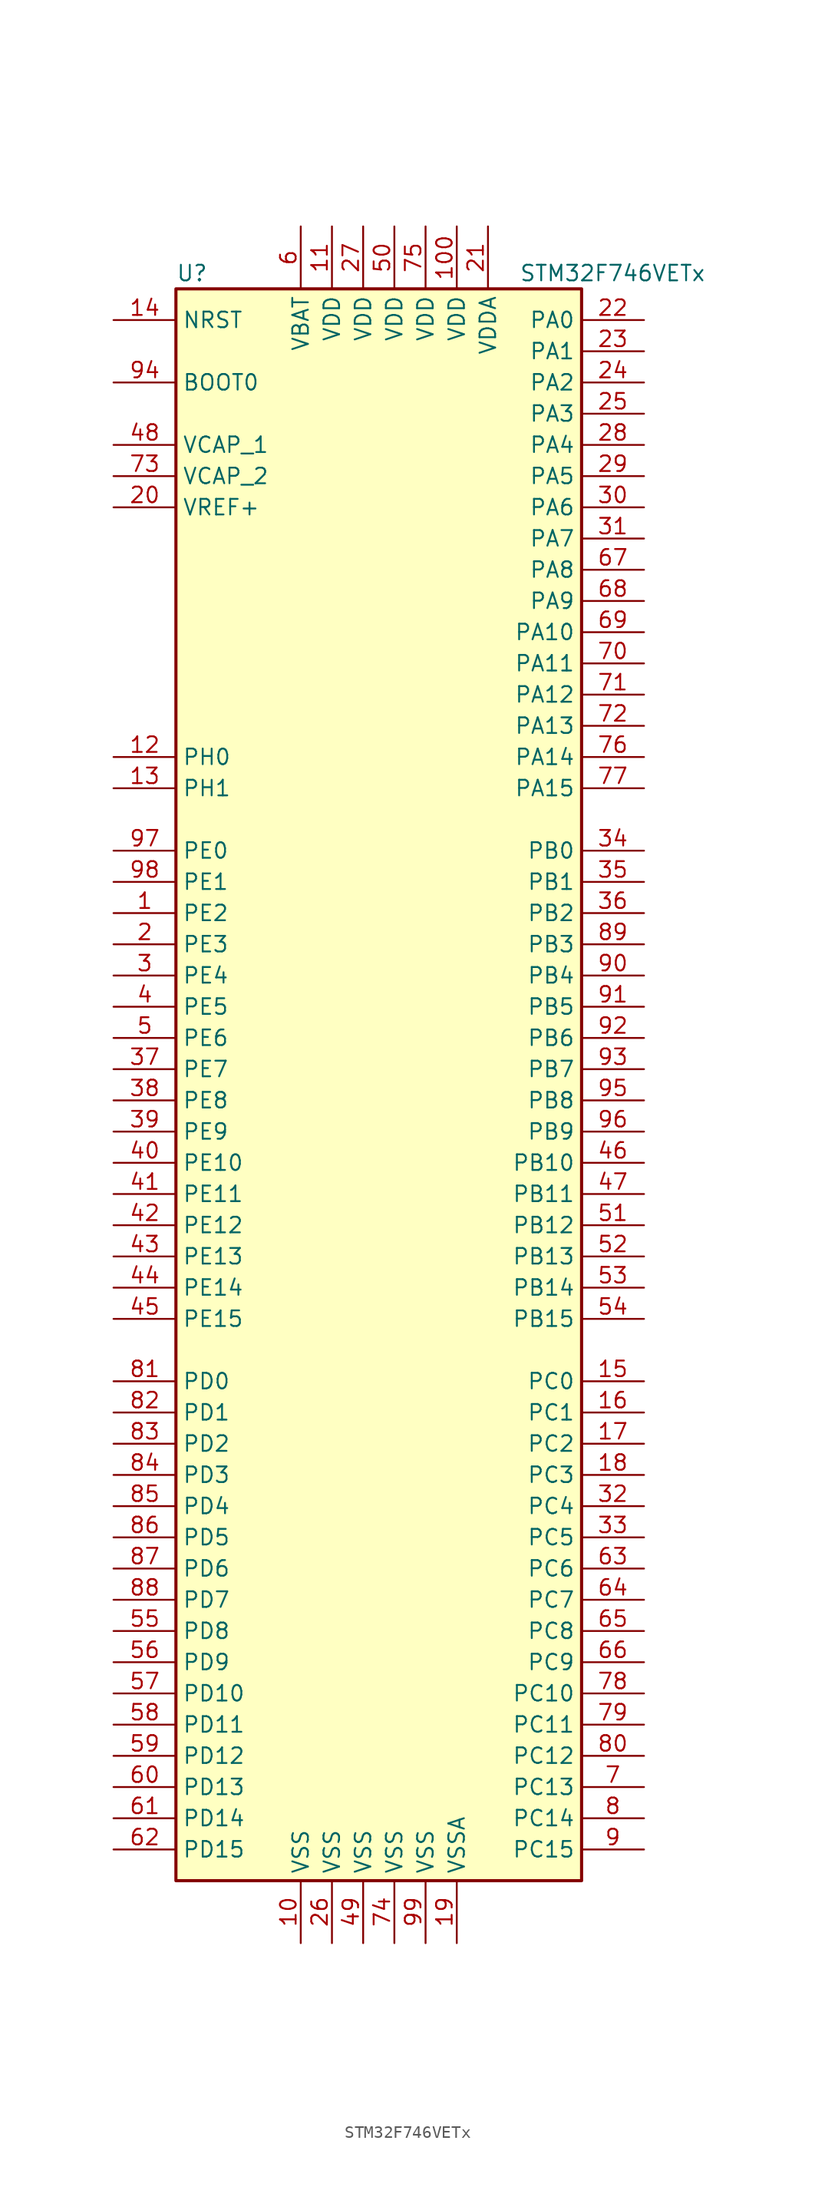
<source format=kicad_sym>
(kicad_symbol_lib
  (version 20201005)
  (generator kicad_symbol_editor)
  (symbol "STM32F746VETx"
    (property "Reference" "U"
      (at -17.78 64.77 0)
      (effects (font (size 1.27 1.27)) (justify left)))
    (property "Value" "STM32F746VETx"
      (at 10.16 64.77 0)
      (effects (font (size 1.27 1.27)) (justify left)))
    (symbol "STM32F746VETx_0_1"
      (rectangle (start -17.78 -66.04) (end 15.24 63.5) (stroke (width 0.254)) (fill (type background))))
    (symbol "STM32F746VETx_1_1"
      (pin bidirectional line (at -22.86 12.7 0) (length 5.08) (name "PE2" (effects (font (size 1.27 1.27)))) (number "1" (effects (font (size 1.27 1.27)))))
      (pin power_in line (at -7.62 -71.12 90) (length 5.08) (name "VSS" (effects (font (size 1.27 1.27)))) (number "10" (effects (font (size 1.27 1.27)))))
      (pin power_in line (at 5.08 68.58 270) (length 5.08) (name "VDD" (effects (font (size 1.27 1.27)))) (number "100" (effects (font (size 1.27 1.27)))))
      (pin power_in line (at -5.08 68.58 270) (length 5.08) (name "VDD" (effects (font (size 1.27 1.27)))) (number "11" (effects (font (size 1.27 1.27)))))
      (pin input line (at -22.86 25.4 0) (length 5.08) (name "PH0" (effects (font (size 1.27 1.27)))) (number "12" (effects (font (size 1.27 1.27)))))
      (pin input line (at -22.86 22.86 0) (length 5.08) (name "PH1" (effects (font (size 1.27 1.27)))) (number "13" (effects (font (size 1.27 1.27)))))
      (pin input line (at -22.86 60.96 0) (length 5.08) (name "NRST" (effects (font (size 1.27 1.27)))) (number "14" (effects (font (size 1.27 1.27)))))
      (pin bidirectional line (at 20.32 -25.4 180) (length 5.08) (name "PC0" (effects (font (size 1.27 1.27)))) (number "15" (effects (font (size 1.27 1.27)))))
      (pin bidirectional line (at 20.32 -27.94 180) (length 5.08) (name "PC1" (effects (font (size 1.27 1.27)))) (number "16" (effects (font (size 1.27 1.27)))))
      (pin bidirectional line (at 20.32 -30.48 180) (length 5.08) (name "PC2" (effects (font (size 1.27 1.27)))) (number "17" (effects (font (size 1.27 1.27)))))
      (pin bidirectional line (at 20.32 -33.02 180) (length 5.08) (name "PC3" (effects (font (size 1.27 1.27)))) (number "18" (effects (font (size 1.27 1.27)))))
      (pin power_in line (at 5.08 -71.12 90) (length 5.08) (name "VSSA" (effects (font (size 1.27 1.27)))) (number "19" (effects (font (size 1.27 1.27)))))
      (pin bidirectional line (at -22.86 10.16 0) (length 5.08) (name "PE3" (effects (font (size 1.27 1.27)))) (number "2" (effects (font (size 1.27 1.27)))))
      (pin power_in line (at -22.86 45.72 0) (length 5.08) (name "VREF+" (effects (font (size 1.27 1.27)))) (number "20" (effects (font (size 1.27 1.27)))))
      (pin power_in line (at 7.62 68.58 270) (length 5.08) (name "VDDA" (effects (font (size 1.27 1.27)))) (number "21" (effects (font (size 1.27 1.27)))))
      (pin bidirectional line (at 20.32 60.96 180) (length 5.08) (name "PA0" (effects (font (size 1.27 1.27)))) (number "22" (effects (font (size 1.27 1.27)))))
      (pin bidirectional line (at 20.32 58.42 180) (length 5.08) (name "PA1" (effects (font (size 1.27 1.27)))) (number "23" (effects (font (size 1.27 1.27)))))
      (pin bidirectional line (at 20.32 55.88 180) (length 5.08) (name "PA2" (effects (font (size 1.27 1.27)))) (number "24" (effects (font (size 1.27 1.27)))))
      (pin bidirectional line (at 20.32 53.34 180) (length 5.08) (name "PA3" (effects (font (size 1.27 1.27)))) (number "25" (effects (font (size 1.27 1.27)))))
      (pin power_in line (at -5.08 -71.12 90) (length 5.08) (name "VSS" (effects (font (size 1.27 1.27)))) (number "26" (effects (font (size 1.27 1.27)))))
      (pin power_in line (at -2.54 68.58 270) (length 5.08) (name "VDD" (effects (font (size 1.27 1.27)))) (number "27" (effects (font (size 1.27 1.27)))))
      (pin bidirectional line (at 20.32 50.8 180) (length 5.08) (name "PA4" (effects (font (size 1.27 1.27)))) (number "28" (effects (font (size 1.27 1.27)))))
      (pin bidirectional line (at 20.32 48.26 180) (length 5.08) (name "PA5" (effects (font (size 1.27 1.27)))) (number "29" (effects (font (size 1.27 1.27)))))
      (pin bidirectional line (at -22.86 7.62 0) (length 5.08) (name "PE4" (effects (font (size 1.27 1.27)))) (number "3" (effects (font (size 1.27 1.27)))))
      (pin bidirectional line (at 20.32 45.72 180) (length 5.08) (name "PA6" (effects (font (size 1.27 1.27)))) (number "30" (effects (font (size 1.27 1.27)))))
      (pin bidirectional line (at 20.32 43.18 180) (length 5.08) (name "PA7" (effects (font (size 1.27 1.27)))) (number "31" (effects (font (size 1.27 1.27)))))
      (pin bidirectional line (at 20.32 -35.56 180) (length 5.08) (name "PC4" (effects (font (size 1.27 1.27)))) (number "32" (effects (font (size 1.27 1.27)))))
      (pin bidirectional line (at 20.32 -38.1 180) (length 5.08) (name "PC5" (effects (font (size 1.27 1.27)))) (number "33" (effects (font (size 1.27 1.27)))))
      (pin bidirectional line (at 20.32 17.78 180) (length 5.08) (name "PB0" (effects (font (size 1.27 1.27)))) (number "34" (effects (font (size 1.27 1.27)))))
      (pin bidirectional line (at 20.32 15.24 180) (length 5.08) (name "PB1" (effects (font (size 1.27 1.27)))) (number "35" (effects (font (size 1.27 1.27)))))
      (pin bidirectional line (at 20.32 12.7 180) (length 5.08) (name "PB2" (effects (font (size 1.27 1.27)))) (number "36" (effects (font (size 1.27 1.27)))))
      (pin bidirectional line (at -22.86 0 0) (length 5.08) (name "PE7" (effects (font (size 1.27 1.27)))) (number "37" (effects (font (size 1.27 1.27)))))
      (pin bidirectional line (at -22.86 -2.54 0) (length 5.08) (name "PE8" (effects (font (size 1.27 1.27)))) (number "38" (effects (font (size 1.27 1.27)))))
      (pin bidirectional line (at -22.86 -5.08 0) (length 5.08) (name "PE9" (effects (font (size 1.27 1.27)))) (number "39" (effects (font (size 1.27 1.27)))))
      (pin bidirectional line (at -22.86 5.08 0) (length 5.08) (name "PE5" (effects (font (size 1.27 1.27)))) (number "4" (effects (font (size 1.27 1.27)))))
      (pin bidirectional line (at -22.86 -7.62 0) (length 5.08) (name "PE10" (effects (font (size 1.27 1.27)))) (number "40" (effects (font (size 1.27 1.27)))))
      (pin bidirectional line (at -22.86 -10.16 0) (length 5.08) (name "PE11" (effects (font (size 1.27 1.27)))) (number "41" (effects (font (size 1.27 1.27)))))
      (pin bidirectional line (at -22.86 -12.7 0) (length 5.08) (name "PE12" (effects (font (size 1.27 1.27)))) (number "42" (effects (font (size 1.27 1.27)))))
      (pin bidirectional line (at -22.86 -15.24 0) (length 5.08) (name "PE13" (effects (font (size 1.27 1.27)))) (number "43" (effects (font (size 1.27 1.27)))))
      (pin bidirectional line (at -22.86 -17.78 0) (length 5.08) (name "PE14" (effects (font (size 1.27 1.27)))) (number "44" (effects (font (size 1.27 1.27)))))
      (pin bidirectional line (at -22.86 -20.32 0) (length 5.08) (name "PE15" (effects (font (size 1.27 1.27)))) (number "45" (effects (font (size 1.27 1.27)))))
      (pin bidirectional line (at 20.32 -7.62 180) (length 5.08) (name "PB10" (effects (font (size 1.27 1.27)))) (number "46" (effects (font (size 1.27 1.27)))))
      (pin bidirectional line (at 20.32 -10.16 180) (length 5.08) (name "PB11" (effects (font (size 1.27 1.27)))) (number "47" (effects (font (size 1.27 1.27)))))
      (pin power_in line (at -22.86 50.8 0) (length 5.08) (name "VCAP_1" (effects (font (size 1.27 1.27)))) (number "48" (effects (font (size 1.27 1.27)))))
      (pin power_in line (at -2.54 -71.12 90) (length 5.08) (name "VSS" (effects (font (size 1.27 1.27)))) (number "49" (effects (font (size 1.27 1.27)))))
      (pin bidirectional line (at -22.86 2.54 0) (length 5.08) (name "PE6" (effects (font (size 1.27 1.27)))) (number "5" (effects (font (size 1.27 1.27)))))
      (pin power_in line (at 0 68.58 270) (length 5.08) (name "VDD" (effects (font (size 1.27 1.27)))) (number "50" (effects (font (size 1.27 1.27)))))
      (pin bidirectional line (at 20.32 -12.7 180) (length 5.08) (name "PB12" (effects (font (size 1.27 1.27)))) (number "51" (effects (font (size 1.27 1.27)))))
      (pin bidirectional line (at 20.32 -15.24 180) (length 5.08) (name "PB13" (effects (font (size 1.27 1.27)))) (number "52" (effects (font (size 1.27 1.27)))))
      (pin bidirectional line (at 20.32 -17.78 180) (length 5.08) (name "PB14" (effects (font (size 1.27 1.27)))) (number "53" (effects (font (size 1.27 1.27)))))
      (pin bidirectional line (at 20.32 -20.32 180) (length 5.08) (name "PB15" (effects (font (size 1.27 1.27)))) (number "54" (effects (font (size 1.27 1.27)))))
      (pin bidirectional line (at -22.86 -45.72 0) (length 5.08) (name "PD8" (effects (font (size 1.27 1.27)))) (number "55" (effects (font (size 1.27 1.27)))))
      (pin bidirectional line (at -22.86 -48.26 0) (length 5.08) (name "PD9" (effects (font (size 1.27 1.27)))) (number "56" (effects (font (size 1.27 1.27)))))
      (pin bidirectional line (at -22.86 -50.8 0) (length 5.08) (name "PD10" (effects (font (size 1.27 1.27)))) (number "57" (effects (font (size 1.27 1.27)))))
      (pin bidirectional line (at -22.86 -53.34 0) (length 5.08) (name "PD11" (effects (font (size 1.27 1.27)))) (number "58" (effects (font (size 1.27 1.27)))))
      (pin bidirectional line (at -22.86 -55.88 0) (length 5.08) (name "PD12" (effects (font (size 1.27 1.27)))) (number "59" (effects (font (size 1.27 1.27)))))
      (pin power_in line (at -7.62 68.58 270) (length 5.08) (name "VBAT" (effects (font (size 1.27 1.27)))) (number "6" (effects (font (size 1.27 1.27)))))
      (pin bidirectional line (at -22.86 -58.42 0) (length 5.08) (name "PD13" (effects (font (size 1.27 1.27)))) (number "60" (effects (font (size 1.27 1.27)))))
      (pin bidirectional line (at -22.86 -60.96 0) (length 5.08) (name "PD14" (effects (font (size 1.27 1.27)))) (number "61" (effects (font (size 1.27 1.27)))))
      (pin bidirectional line (at -22.86 -63.5 0) (length 5.08) (name "PD15" (effects (font (size 1.27 1.27)))) (number "62" (effects (font (size 1.27 1.27)))))
      (pin bidirectional line (at 20.32 -40.64 180) (length 5.08) (name "PC6" (effects (font (size 1.27 1.27)))) (number "63" (effects (font (size 1.27 1.27)))))
      (pin bidirectional line (at 20.32 -43.18 180) (length 5.08) (name "PC7" (effects (font (size 1.27 1.27)))) (number "64" (effects (font (size 1.27 1.27)))))
      (pin bidirectional line (at 20.32 -45.72 180) (length 5.08) (name "PC8" (effects (font (size 1.27 1.27)))) (number "65" (effects (font (size 1.27 1.27)))))
      (pin bidirectional line (at 20.32 -48.26 180) (length 5.08) (name "PC9" (effects (font (size 1.27 1.27)))) (number "66" (effects (font (size 1.27 1.27)))))
      (pin bidirectional line (at 20.32 40.64 180) (length 5.08) (name "PA8" (effects (font (size 1.27 1.27)))) (number "67" (effects (font (size 1.27 1.27)))))
      (pin bidirectional line (at 20.32 38.1 180) (length 5.08) (name "PA9" (effects (font (size 1.27 1.27)))) (number "68" (effects (font (size 1.27 1.27)))))
      (pin bidirectional line (at 20.32 35.56 180) (length 5.08) (name "PA10" (effects (font (size 1.27 1.27)))) (number "69" (effects (font (size 1.27 1.27)))))
      (pin bidirectional line (at 20.32 -58.42 180) (length 5.08) (name "PC13" (effects (font (size 1.27 1.27)))) (number "7" (effects (font (size 1.27 1.27)))))
      (pin bidirectional line (at 20.32 33.02 180) (length 5.08) (name "PA11" (effects (font (size 1.27 1.27)))) (number "70" (effects (font (size 1.27 1.27)))))
      (pin bidirectional line (at 20.32 30.48 180) (length 5.08) (name "PA12" (effects (font (size 1.27 1.27)))) (number "71" (effects (font (size 1.27 1.27)))))
      (pin bidirectional line (at 20.32 27.94 180) (length 5.08) (name "PA13" (effects (font (size 1.27 1.27)))) (number "72" (effects (font (size 1.27 1.27)))))
      (pin power_in line (at -22.86 48.26 0) (length 5.08) (name "VCAP_2" (effects (font (size 1.27 1.27)))) (number "73" (effects (font (size 1.27 1.27)))))
      (pin power_in line (at 0 -71.12 90) (length 5.08) (name "VSS" (effects (font (size 1.27 1.27)))) (number "74" (effects (font (size 1.27 1.27)))))
      (pin power_in line (at 2.54 68.58 270) (length 5.08) (name "VDD" (effects (font (size 1.27 1.27)))) (number "75" (effects (font (size 1.27 1.27)))))
      (pin bidirectional line (at 20.32 25.4 180) (length 5.08) (name "PA14" (effects (font (size 1.27 1.27)))) (number "76" (effects (font (size 1.27 1.27)))))
      (pin bidirectional line (at 20.32 22.86 180) (length 5.08) (name "PA15" (effects (font (size 1.27 1.27)))) (number "77" (effects (font (size 1.27 1.27)))))
      (pin bidirectional line (at 20.32 -50.8 180) (length 5.08) (name "PC10" (effects (font (size 1.27 1.27)))) (number "78" (effects (font (size 1.27 1.27)))))
      (pin bidirectional line (at 20.32 -53.34 180) (length 5.08) (name "PC11" (effects (font (size 1.27 1.27)))) (number "79" (effects (font (size 1.27 1.27)))))
      (pin bidirectional line (at 20.32 -60.96 180) (length 5.08) (name "PC14" (effects (font (size 1.27 1.27)))) (number "8" (effects (font (size 1.27 1.27)))))
      (pin bidirectional line (at 20.32 -55.88 180) (length 5.08) (name "PC12" (effects (font (size 1.27 1.27)))) (number "80" (effects (font (size 1.27 1.27)))))
      (pin bidirectional line (at -22.86 -25.4 0) (length 5.08) (name "PD0" (effects (font (size 1.27 1.27)))) (number "81" (effects (font (size 1.27 1.27)))))
      (pin bidirectional line (at -22.86 -27.94 0) (length 5.08) (name "PD1" (effects (font (size 1.27 1.27)))) (number "82" (effects (font (size 1.27 1.27)))))
      (pin bidirectional line (at -22.86 -30.48 0) (length 5.08) (name "PD2" (effects (font (size 1.27 1.27)))) (number "83" (effects (font (size 1.27 1.27)))))
      (pin bidirectional line (at -22.86 -33.02 0) (length 5.08) (name "PD3" (effects (font (size 1.27 1.27)))) (number "84" (effects (font (size 1.27 1.27)))))
      (pin bidirectional line (at -22.86 -35.56 0) (length 5.08) (name "PD4" (effects (font (size 1.27 1.27)))) (number "85" (effects (font (size 1.27 1.27)))))
      (pin bidirectional line (at -22.86 -38.1 0) (length 5.08) (name "PD5" (effects (font (size 1.27 1.27)))) (number "86" (effects (font (size 1.27 1.27)))))
      (pin bidirectional line (at -22.86 -40.64 0) (length 5.08) (name "PD6" (effects (font (size 1.27 1.27)))) (number "87" (effects (font (size 1.27 1.27)))))
      (pin bidirectional line (at -22.86 -43.18 0) (length 5.08) (name "PD7" (effects (font (size 1.27 1.27)))) (number "88" (effects (font (size 1.27 1.27)))))
      (pin bidirectional line (at 20.32 10.16 180) (length 5.08) (name "PB3" (effects (font (size 1.27 1.27)))) (number "89" (effects (font (size 1.27 1.27)))))
      (pin bidirectional line (at 20.32 -63.5 180) (length 5.08) (name "PC15" (effects (font (size 1.27 1.27)))) (number "9" (effects (font (size 1.27 1.27)))))
      (pin bidirectional line (at 20.32 7.62 180) (length 5.08) (name "PB4" (effects (font (size 1.27 1.27)))) (number "90" (effects (font (size 1.27 1.27)))))
      (pin bidirectional line (at 20.32 5.08 180) (length 5.08) (name "PB5" (effects (font (size 1.27 1.27)))) (number "91" (effects (font (size 1.27 1.27)))))
      (pin bidirectional line (at 20.32 2.54 180) (length 5.08) (name "PB6" (effects (font (size 1.27 1.27)))) (number "92" (effects (font (size 1.27 1.27)))))
      (pin bidirectional line (at 20.32 0 180) (length 5.08) (name "PB7" (effects (font (size 1.27 1.27)))) (number "93" (effects (font (size 1.27 1.27)))))
      (pin input line (at -22.86 55.88 0) (length 5.08) (name "BOOT0" (effects (font (size 1.27 1.27)))) (number "94" (effects (font (size 1.27 1.27)))))
      (pin bidirectional line (at 20.32 -2.54 180) (length 5.08) (name "PB8" (effects (font (size 1.27 1.27)))) (number "95" (effects (font (size 1.27 1.27)))))
      (pin bidirectional line (at 20.32 -5.08 180) (length 5.08) (name "PB9" (effects (font (size 1.27 1.27)))) (number "96" (effects (font (size 1.27 1.27)))))
      (pin bidirectional line (at -22.86 17.78 0) (length 5.08) (name "PE0" (effects (font (size 1.27 1.27)))) (number "97" (effects (font (size 1.27 1.27)))))
      (pin bidirectional line (at -22.86 15.24 0) (length 5.08) (name "PE1" (effects (font (size 1.27 1.27)))) (number "98" (effects (font (size 1.27 1.27)))))
      (pin power_in line (at 2.54 -71.12 90) (length 5.08) (name "VSS" (effects (font (size 1.27 1.27)))) (number "99" (effects (font (size 1.27 1.27))))))))
</source>
